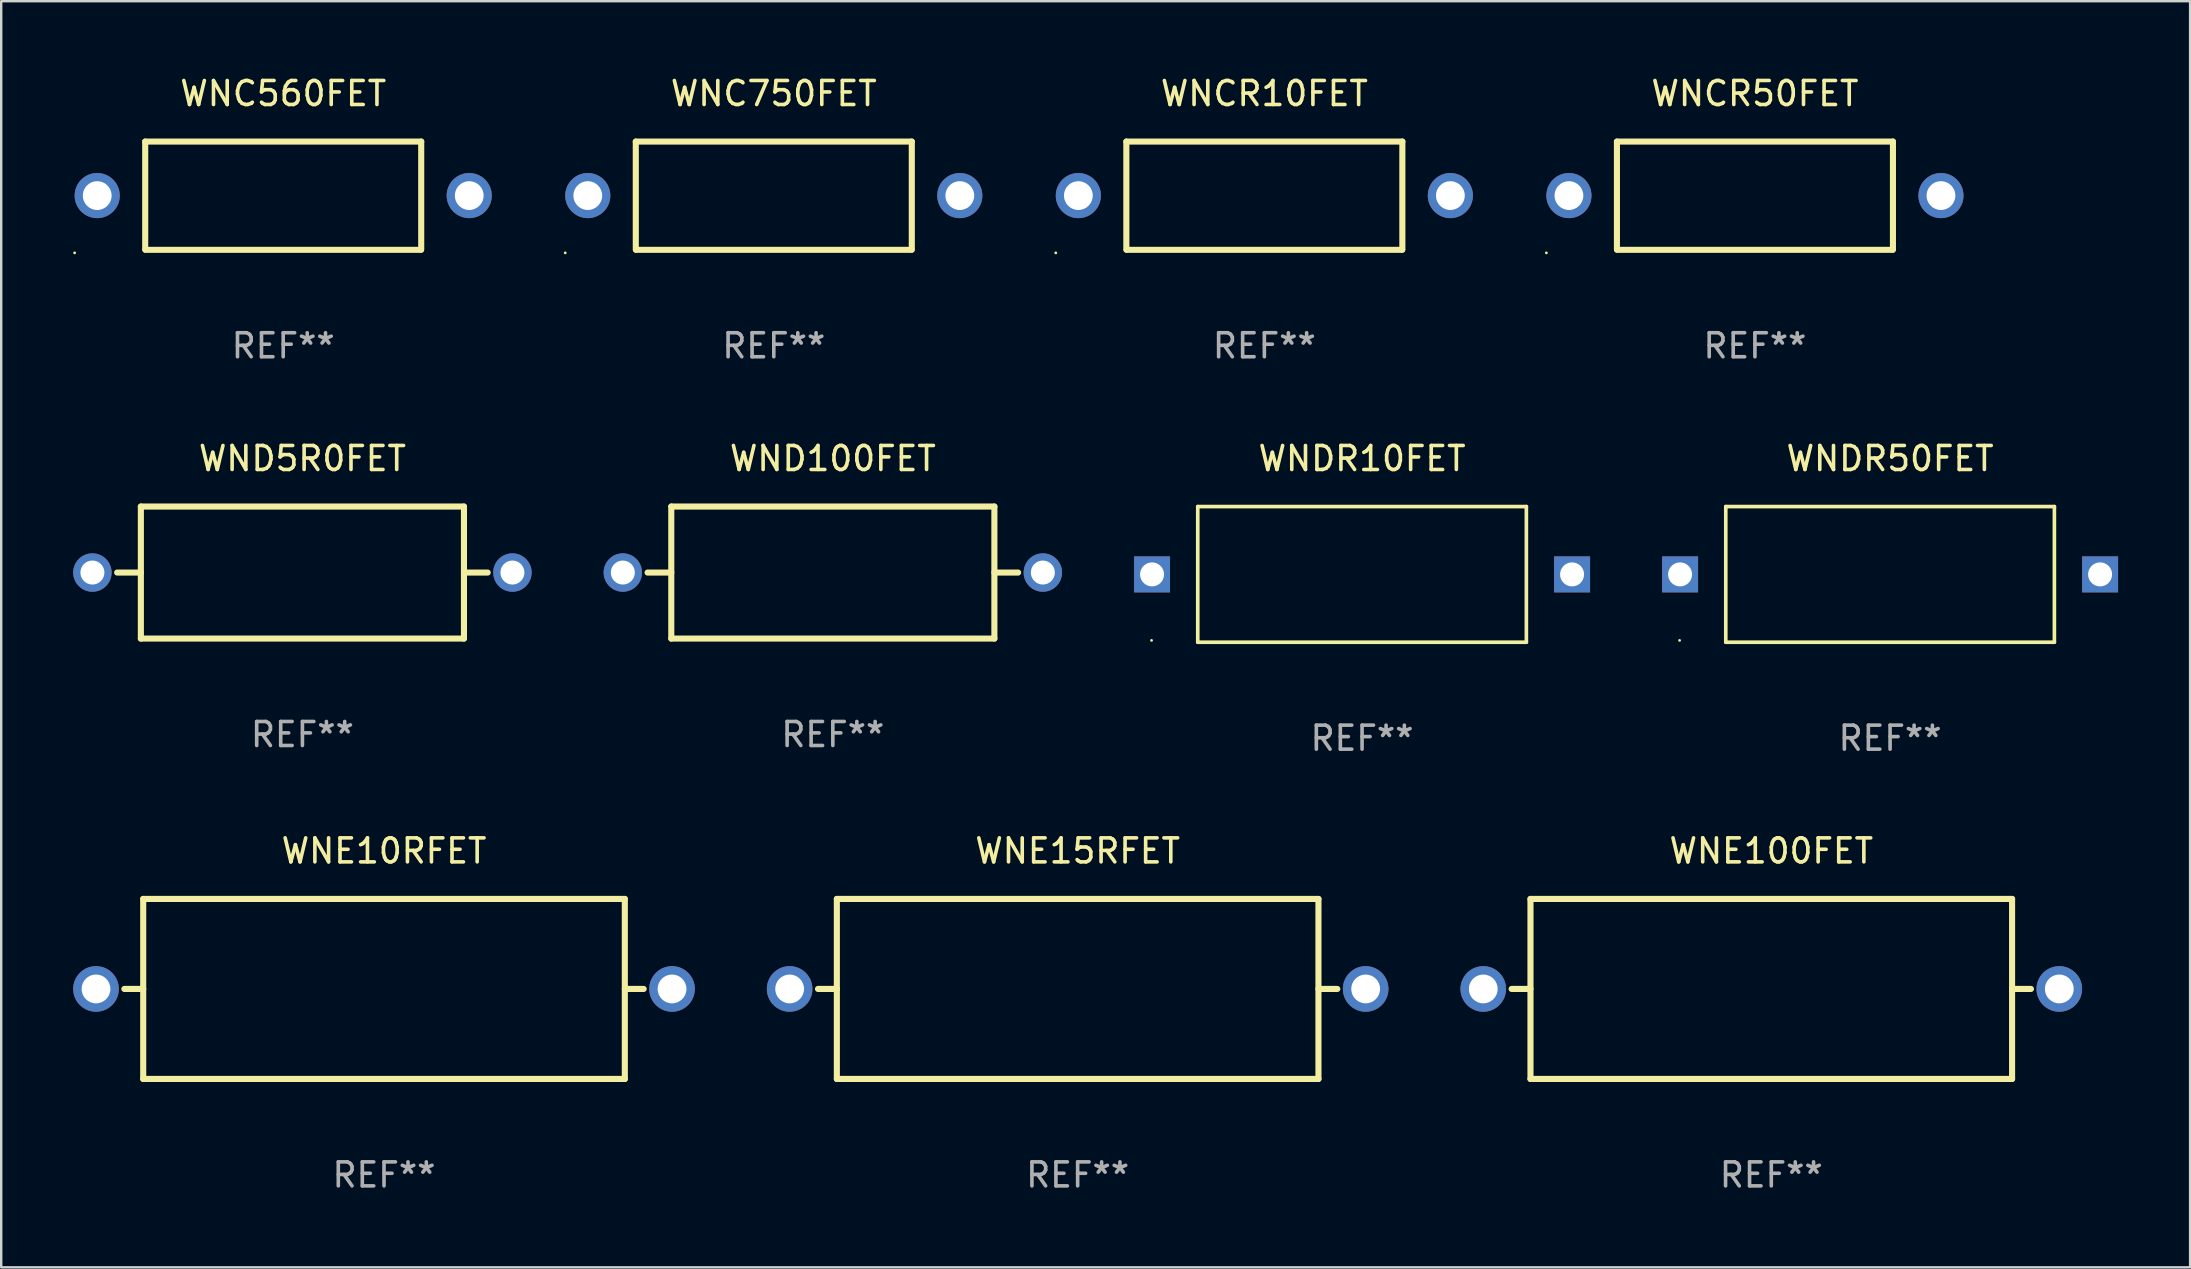
<source format=kicad_pcb>
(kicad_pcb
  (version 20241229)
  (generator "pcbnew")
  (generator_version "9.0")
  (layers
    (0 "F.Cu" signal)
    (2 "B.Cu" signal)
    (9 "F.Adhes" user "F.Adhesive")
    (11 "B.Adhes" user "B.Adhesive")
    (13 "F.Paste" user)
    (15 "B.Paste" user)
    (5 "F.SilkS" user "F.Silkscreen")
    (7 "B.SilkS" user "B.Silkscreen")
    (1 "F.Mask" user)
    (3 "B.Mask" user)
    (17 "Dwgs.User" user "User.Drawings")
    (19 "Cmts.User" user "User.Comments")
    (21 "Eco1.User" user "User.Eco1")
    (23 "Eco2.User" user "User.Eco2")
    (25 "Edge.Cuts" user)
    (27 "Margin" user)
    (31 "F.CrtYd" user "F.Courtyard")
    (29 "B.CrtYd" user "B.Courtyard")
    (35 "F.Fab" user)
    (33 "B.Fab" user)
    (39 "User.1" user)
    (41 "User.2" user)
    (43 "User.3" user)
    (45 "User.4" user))
  (footprint "WNE100FET"
    (layer "F.Cu")
    (at 70.75 38.154)
    (property "Reference" "WNE100FET" (at 0 -5.75 0) (layer "F.SilkS") (effects (font (size 1 1) (thickness 0.15))))
    (attr through_hole)
    (fp_line (start -10.819 0) (end -10.033 0) (stroke (width 0.254) (type solid)) (layer "F.SilkS"))
    (fp_line (start -10.033 -3.75) (end -10.033 3.75) (stroke (width 0.254) (type solid)) (layer "F.SilkS"))
    (fp_line (start -10.033 -3.75) (end 10.033 -3.75) (stroke (width 0.254) (type solid)) (layer "F.SilkS"))
    (fp_line (start -10.033 3.75) (end 10.033 3.75) (stroke (width 0.254) (type solid)) (layer "F.SilkS"))
    (fp_line (start 10.033 -3.75) (end 10.033 3.75) (stroke (width 0.254) (type solid)) (layer "F.SilkS"))
    (fp_line (start 10.819 0) (end 10.033 0) (stroke (width 0.254) (type solid)) (layer "F.SilkS"))
    (fp_text user "REF**" (at 0 7.75 0) (layer "F.Fab") (effects (font (size 1 1) (thickness 0.15))))
    (pad "1" thru_hole circle (at -12 0) (size 1.9 1.9) (drill 1.2) (layers "*.Cu" "*.Mask"))
    (pad "2" thru_hole circle (at 12 0) (size 1.9 1.9) (drill 1.2) (layers "*.Cu" "*.Mask")))
  (footprint "WND5R0FET"
    (layer "F.Cu")
    (at 9.55 20.805)
    (property "Reference" "WND5R0FET" (at 0 -4.75 0) (layer "F.SilkS") (effects (font (size 1 1) (thickness 0.15))))
    (attr through_hole)
    (fp_line (start -7.719 0) (end -6.731 0) (stroke (width 0.254) (type solid)) (layer "F.SilkS"))
    (fp_line (start -6.731 -2.75) (end -6.731 2.75) (stroke (width 0.254) (type solid)) (layer "F.SilkS"))
    (fp_line (start -6.731 -2.75) (end 6.731 -2.75) (stroke (width 0.254) (type solid)) (layer "F.SilkS"))
    (fp_line (start -6.731 2.75) (end 6.731 2.75) (stroke (width 0.254) (type solid)) (layer "F.SilkS"))
    (fp_line (start 6.731 -2.75) (end 6.731 2.75) (stroke (width 0.254) (type solid)) (layer "F.SilkS"))
    (fp_line (start 7.719 0) (end 6.731 0) (stroke (width 0.254) (type solid)) (layer "F.SilkS"))
    (fp_text user "REF**" (at 0 6.75 0) (layer "F.Fab") (effects (font (size 1 1) (thickness 0.15))))
    (pad "1" thru_hole circle (at -8.75 0) (size 1.6 1.6) (drill 1) (layers "*.Cu" "*.Mask"))
    (pad "2" thru_hole circle (at 8.75 0) (size 1.6 1.6) (drill 1) (layers "*.Cu" "*.Mask")))
  (footprint "WNE10RFET"
    (layer "F.Cu")
    (at 12.95 38.154)
    (property "Reference" "WNE10RFET" (at 0 -5.75 0) (layer "F.SilkS") (effects (font (size 1 1) (thickness 0.15))))
    (attr through_hole)
    (fp_line (start -10.819 0) (end -10.033 0) (stroke (width 0.254) (type solid)) (layer "F.SilkS"))
    (fp_line (start -10.033 -3.75) (end -10.033 3.75) (stroke (width 0.254) (type solid)) (layer "F.SilkS"))
    (fp_line (start -10.033 -3.75) (end 10.033 -3.75) (stroke (width 0.254) (type solid)) (layer "F.SilkS"))
    (fp_line (start -10.033 3.75) (end 10.033 3.75) (stroke (width 0.254) (type solid)) (layer "F.SilkS"))
    (fp_line (start 10.033 -3.75) (end 10.033 3.75) (stroke (width 0.254) (type solid)) (layer "F.SilkS"))
    (fp_line (start 10.819 0) (end 10.033 0) (stroke (width 0.254) (type solid)) (layer "F.SilkS"))
    (fp_text user "REF**" (at 0 7.75 0) (layer "F.Fab") (effects (font (size 1 1) (thickness 0.15))))
    (pad "1" thru_hole circle (at -12 0) (size 1.9 1.9) (drill 1.2) (layers "*.Cu" "*.Mask"))
    (pad "2" thru_hole circle (at 12 0) (size 1.9 1.9) (drill 1.2) (layers "*.Cu" "*.Mask")))
  (footprint "WNDR50FET"
    (layer "F.Cu")
    (at 75.7 20.882)
    (property "Reference" "WNDR50FET" (at 0 -4.826 0) (layer "F.SilkS") (effects (font (size 1 1) (thickness 0.15))))
    (attr through_hole)
    (fp_line (start -6.846 -2.826) (end 6.846 -2.826) (stroke (width 0.152) (type solid)) (layer "F.SilkS"))
    (fp_line (start -6.846 2.826) (end -6.846 -2.826) (stroke (width 0.152) (type solid)) (layer "F.SilkS"))
    (fp_line (start 6.846 -2.826) (end 6.846 2.826) (stroke (width 0.152) (type solid)) (layer "F.SilkS"))
    (fp_line (start 6.846 2.826) (end -6.846 2.826) (stroke (width 0.152) (type solid)) (layer "F.SilkS"))
    (fp_circle (center -8.77 2.75) (end -8.74 2.75) (stroke (width 0.06) (type solid)) (fill no) (layer "F.SilkS"))
    (fp_text user "REF**" (at 0 6.826 0) (layer "F.Fab") (effects (font (size 1 1) (thickness 0.15))))
    (pad "1" thru_hole rect (at -8.75 -0.000013) (size 1.5 1.5) (drill 1) (layers "*.Cu" "*.Mask"))
    (pad "2" thru_hole rect (at 8.75 -0.000013 180) (size 1.5 1.5) (drill 1) (layers "*.Cu" "*.Mask")))
  (footprint "WNC560FET"
    (layer "F.Cu")
    (at 8.75 5.104)
    (property "Reference" "WNC560FET" (at 0 -4.255 0) (layer "F.SilkS") (effects (font (size 1 1) (thickness 0.15))))
    (attr through_hole)
    (fp_line (start -5.75 -2.255) (end 5.75 -2.255) (stroke (width 0.254) (type solid)) (layer "F.SilkS"))
    (fp_line (start -5.75 2.245) (end -5.75 -2.255) (stroke (width 0.254) (type solid)) (layer "F.SilkS"))
    (fp_line (start 5.74 2.255) (end -5.74 2.255) (stroke (width 0.254) (type solid)) (layer "F.SilkS"))
    (fp_line (start 5.75 -2.255) (end 5.75 2.245) (stroke (width 0.254) (type solid)) (layer "F.SilkS"))
    (fp_circle (center -8.69 2.382) (end -8.66 2.382) (stroke (width 0.06) (type solid)) (fill no) (layer "F.SilkS"))
    (fp_text user "REF**" (at 0 6.255 0) (layer "F.Fab") (effects (font (size 1 1) (thickness 0.15))))
    (pad "1" thru_hole circle (at -7.75 -0.005) (size 1.88 1.88) (drill 1.2) (layers "*.Cu" "*.Mask"))
    (pad "2" thru_hole circle (at 7.75 -0.005) (size 1.88 1.88) (drill 1.2) (layers "*.Cu" "*.Mask")))
  (footprint "WNE15RFET"
    (layer "F.Cu")
    (at 41.85 38.154)
    (property "Reference" "WNE15RFET" (at 0 -5.75 0) (layer "F.SilkS") (effects (font (size 1 1) (thickness 0.15))))
    (attr through_hole)
    (fp_line (start -10.819 0) (end -10.033 0) (stroke (width 0.254) (type solid)) (layer "F.SilkS"))
    (fp_line (start -10.033 -3.75) (end -10.033 3.75) (stroke (width 0.254) (type solid)) (layer "F.SilkS"))
    (fp_line (start -10.033 -3.75) (end 10.033 -3.75) (stroke (width 0.254) (type solid)) (layer "F.SilkS"))
    (fp_line (start -10.033 3.75) (end 10.033 3.75) (stroke (width 0.254) (type solid)) (layer "F.SilkS"))
    (fp_line (start 10.033 -3.75) (end 10.033 3.75) (stroke (width 0.254) (type solid)) (layer "F.SilkS"))
    (fp_line (start 10.819 0) (end 10.033 0) (stroke (width 0.254) (type solid)) (layer "F.SilkS"))
    (fp_text user "REF**" (at 0 7.75 0) (layer "F.Fab") (effects (font (size 1 1) (thickness 0.15))))
    (pad "1" thru_hole circle (at -12 0) (size 1.9 1.9) (drill 1.2) (layers "*.Cu" "*.Mask"))
    (pad "2" thru_hole circle (at 12 0) (size 1.9 1.9) (drill 1.2) (layers "*.Cu" "*.Mask")))
  (footprint "WNCR10FET"
    (layer "F.Cu")
    (at 49.629 5.104)
    (property "Reference" "WNCR10FET" (at 0 -4.255 0) (layer "F.SilkS") (effects (font (size 1 1) (thickness 0.15))))
    (attr through_hole)
    (fp_line (start -5.75 -2.255) (end 5.75 -2.255) (stroke (width 0.254) (type solid)) (layer "F.SilkS"))
    (fp_line (start -5.75 2.245) (end -5.75 -2.255) (stroke (width 0.254) (type solid)) (layer "F.SilkS"))
    (fp_line (start 5.74 2.255) (end -5.74 2.255) (stroke (width 0.254) (type solid)) (layer "F.SilkS"))
    (fp_line (start 5.75 -2.255) (end 5.75 2.245) (stroke (width 0.254) (type solid)) (layer "F.SilkS"))
    (fp_circle (center -8.69 2.382) (end -8.66 2.382) (stroke (width 0.06) (type solid)) (fill no) (layer "F.SilkS"))
    (fp_text user "REF**" (at 0 6.255 0) (layer "F.Fab") (effects (font (size 1 1) (thickness 0.15))))
    (pad "1" thru_hole circle (at -7.75 -0.005) (size 1.88 1.88) (drill 1.2) (layers "*.Cu" "*.Mask"))
    (pad "2" thru_hole circle (at 7.75 -0.005) (size 1.88 1.88) (drill 1.2) (layers "*.Cu" "*.Mask")))
  (footprint "WND100FET"
    (layer "F.Cu")
    (at 31.65 20.805)
    (property "Reference" "WND100FET" (at 0 -4.75 0) (layer "F.SilkS") (effects (font (size 1 1) (thickness 0.15))))
    (attr through_hole)
    (fp_line (start -7.719 0) (end -6.731 0) (stroke (width 0.254) (type solid)) (layer "F.SilkS"))
    (fp_line (start -6.731 -2.75) (end -6.731 2.75) (stroke (width 0.254) (type solid)) (layer "F.SilkS"))
    (fp_line (start -6.731 -2.75) (end 6.731 -2.75) (stroke (width 0.254) (type solid)) (layer "F.SilkS"))
    (fp_line (start -6.731 2.75) (end 6.731 2.75) (stroke (width 0.254) (type solid)) (layer "F.SilkS"))
    (fp_line (start 6.731 -2.75) (end 6.731 2.75) (stroke (width 0.254) (type solid)) (layer "F.SilkS"))
    (fp_line (start 7.719 0) (end 6.731 0) (stroke (width 0.254) (type solid)) (layer "F.SilkS"))
    (fp_text user "REF**" (at 0 6.75 0) (layer "F.Fab") (effects (font (size 1 1) (thickness 0.15))))
    (pad "1" thru_hole circle (at -8.75 0) (size 1.6 1.6) (drill 1) (layers "*.Cu" "*.Mask"))
    (pad "2" thru_hole circle (at 8.75 0) (size 1.6 1.6) (drill 1) (layers "*.Cu" "*.Mask")))
  (footprint "WNC750FET"
    (layer "F.Cu")
    (at 29.19 5.104)
    (property "Reference" "WNC750FET" (at 0 -4.255 0) (layer "F.SilkS") (effects (font (size 1 1) (thickness 0.15))))
    (attr through_hole)
    (fp_line (start -5.75 -2.255) (end 5.75 -2.255) (stroke (width 0.254) (type solid)) (layer "F.SilkS"))
    (fp_line (start -5.75 2.245) (end -5.75 -2.255) (stroke (width 0.254) (type solid)) (layer "F.SilkS"))
    (fp_line (start 5.74 2.255) (end -5.74 2.255) (stroke (width 0.254) (type solid)) (layer "F.SilkS"))
    (fp_line (start 5.75 -2.255) (end 5.75 2.245) (stroke (width 0.254) (type solid)) (layer "F.SilkS"))
    (fp_circle (center -8.69 2.382) (end -8.66 2.382) (stroke (width 0.06) (type solid)) (fill no) (layer "F.SilkS"))
    (fp_text user "REF**" (at 0 6.255 0) (layer "F.Fab") (effects (font (size 1 1) (thickness 0.15))))
    (pad "1" thru_hole circle (at -7.75 -0.005) (size 1.88 1.88) (drill 1.2) (layers "*.Cu" "*.Mask"))
    (pad "2" thru_hole circle (at 7.75 -0.005) (size 1.88 1.88) (drill 1.2) (layers "*.Cu" "*.Mask")))
  (footprint "WNCR50FET"
    (layer "F.Cu")
    (at 70.069 5.104)
    (property "Reference" "WNCR50FET" (at 0 -4.255 0) (layer "F.SilkS") (effects (font (size 1 1) (thickness 0.15))))
    (attr through_hole)
    (fp_line (start -5.75 -2.255) (end 5.75 -2.255) (stroke (width 0.254) (type solid)) (layer "F.SilkS"))
    (fp_line (start -5.75 2.245) (end -5.75 -2.255) (stroke (width 0.254) (type solid)) (layer "F.SilkS"))
    (fp_line (start 5.74 2.255) (end -5.74 2.255) (stroke (width 0.254) (type solid)) (layer "F.SilkS"))
    (fp_line (start 5.75 -2.255) (end 5.75 2.245) (stroke (width 0.254) (type solid)) (layer "F.SilkS"))
    (fp_circle (center -8.69 2.382) (end -8.66 2.382) (stroke (width 0.06) (type solid)) (fill no) (layer "F.SilkS"))
    (fp_text user "REF**" (at 0 6.255 0) (layer "F.Fab") (effects (font (size 1 1) (thickness 0.15))))
    (pad "1" thru_hole circle (at -7.75 -0.005) (size 1.88 1.88) (drill 1.2) (layers "*.Cu" "*.Mask"))
    (pad "2" thru_hole circle (at 7.75 -0.005) (size 1.88 1.88) (drill 1.2) (layers "*.Cu" "*.Mask")))
  (footprint "WNDR10FET"
    (layer "F.Cu")
    (at 53.7 20.882)
    (property "Reference" "WNDR10FET" (at 0 -4.826 0) (layer "F.SilkS") (effects (font (size 1 1) (thickness 0.15))))
    (attr through_hole)
    (fp_line (start -6.846 -2.826) (end 6.846 -2.826) (stroke (width 0.152) (type solid)) (layer "F.SilkS"))
    (fp_line (start -6.846 2.826) (end -6.846 -2.826) (stroke (width 0.152) (type solid)) (layer "F.SilkS"))
    (fp_line (start 6.846 -2.826) (end 6.846 2.826) (stroke (width 0.152) (type solid)) (layer "F.SilkS"))
    (fp_line (start 6.846 2.826) (end -6.846 2.826) (stroke (width 0.152) (type solid)) (layer "F.SilkS"))
    (fp_circle (center -8.77 2.75) (end -8.74 2.75) (stroke (width 0.06) (type solid)) (fill no) (layer "F.SilkS"))
    (fp_text user "REF**" (at 0 6.826 0) (layer "F.Fab") (effects (font (size 1 1) (thickness 0.15))))
    (pad "1" thru_hole rect (at -8.75 -0.000013) (size 1.5 1.5) (drill 1) (layers "*.Cu" "*.Mask"))
    (pad "2" thru_hole rect (at 8.75 -0.000013 180) (size 1.5 1.5) (drill 1) (layers "*.Cu" "*.Mask")))
  (gr_rect
    (start -3 -3)
    (end 88.2 49.753)
    (stroke (width 0.1) (type default))
    (fill no)
    (layer "Edge.Cuts")))
</source>
